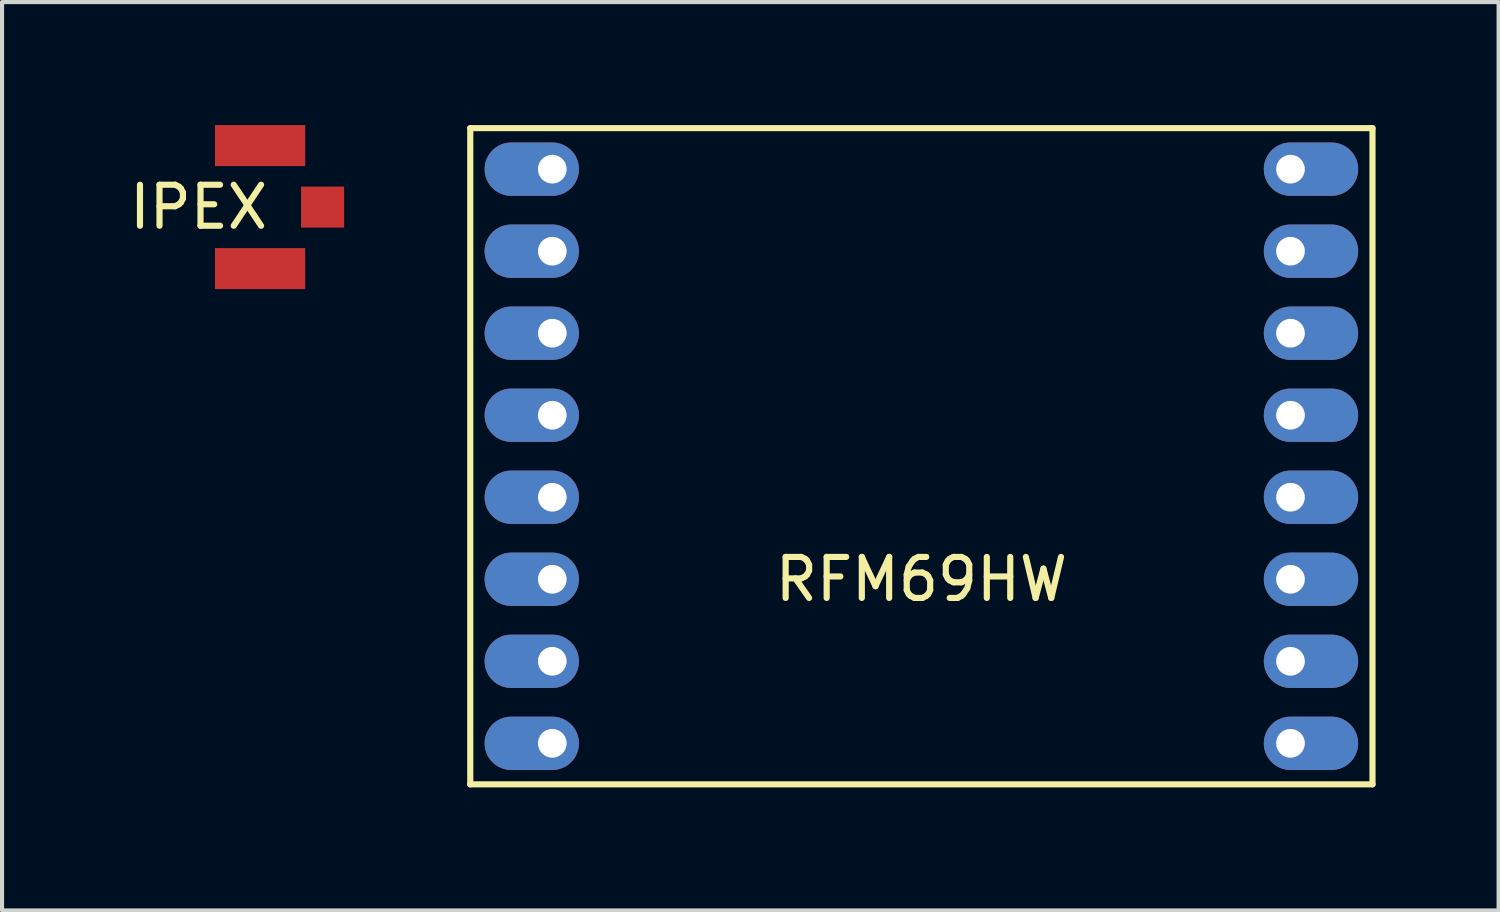
<source format=kicad_pcb>
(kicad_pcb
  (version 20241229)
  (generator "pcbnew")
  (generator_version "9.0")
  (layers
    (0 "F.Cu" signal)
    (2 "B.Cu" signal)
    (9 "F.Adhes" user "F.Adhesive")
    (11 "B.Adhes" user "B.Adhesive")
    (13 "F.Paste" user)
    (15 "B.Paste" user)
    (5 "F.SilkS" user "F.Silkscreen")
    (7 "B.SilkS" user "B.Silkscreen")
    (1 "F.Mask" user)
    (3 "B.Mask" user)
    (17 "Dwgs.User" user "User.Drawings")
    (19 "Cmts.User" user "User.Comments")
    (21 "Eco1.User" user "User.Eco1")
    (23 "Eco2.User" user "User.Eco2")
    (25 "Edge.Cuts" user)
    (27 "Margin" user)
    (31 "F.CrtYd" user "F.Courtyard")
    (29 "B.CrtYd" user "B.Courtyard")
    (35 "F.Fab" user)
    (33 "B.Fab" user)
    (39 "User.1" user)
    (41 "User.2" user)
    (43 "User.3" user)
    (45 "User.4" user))
  (footprint "IPEX"
    (layer "F.Cu")
    (at 3.292 2)
    (property "Reference" "IPEX" (at -1.5 0 0) (layer "F.SilkS") (effects (font (size 1 1) (thickness 0.15))))
    (attr through_hole)
    (pad "1" smd rect (at 1.5 0) (size 1.05 1) (drill (offset 0.025 0)) (layers "F.Cu" "F.Mask" "F.Paste"))
    (pad "2" smd rect (at 0 -1.5) (size 2.2 1) (layers "F.Cu" "F.Mask" "F.Paste"))
    (pad "2" smd rect (at 0 1.5) (size 2.2 1) (layers "F.Cu" "F.Mask" "F.Paste")))
  (footprint "RFM69HW"
    (layer "F.Cu")
    (at 19.417 8.075)
    (property "Reference" "RFM69HW" (at 0 3 0) (layer "F.SilkS") (effects (font (size 1 1) (thickness 0.15))))
    (attr through_hole)
    (fp_line (start -11 -8) (end 11 -8) (stroke (width 0.15) (type solid)) (layer "F.SilkS"))
    (fp_line (start -11 8) (end -11 -8) (stroke (width 0.15) (type solid)) (layer "F.SilkS"))
    (fp_line (start 11 -8) (end 11 8) (stroke (width 0.15) (type solid)) (layer "F.SilkS"))
    (fp_line (start 11 8) (end -11 8) (stroke (width 0.15) (type solid)) (layer "F.SilkS"))
    (pad "1" thru_hole oval (at -9 7 180) (size 2.3 1.3) (drill 0.7 (offset 0.5 0)) (layers "*.Cu" "*.Mask"))
    (pad "2" thru_hole oval (at -9 5 180) (size 2.3 1.3) (drill 0.7 (offset 0.5 0)) (layers "*.Cu" "*.Mask"))
    (pad "3" thru_hole oval (at -9 3 180) (size 2.3 1.3) (drill 0.7 (offset 0.5 0)) (layers "*.Cu" "*.Mask"))
    (pad "4" thru_hole oval (at -9 1 180) (size 2.3 1.3) (drill 0.7 (offset 0.5 0)) (layers "*.Cu" "*.Mask"))
    (pad "5" thru_hole oval (at -9 -1 180) (size 2.3 1.3) (drill 0.7 (offset 0.5 0)) (layers "*.Cu" "*.Mask"))
    (pad "6" thru_hole oval (at -9 -3 180) (size 2.3 1.3) (drill 0.7 (offset 0.5 0)) (layers "*.Cu" "*.Mask"))
    (pad "7" thru_hole oval (at -9 -5 180) (size 2.3 1.3) (drill 0.7 (offset 0.5 0)) (layers "*.Cu" "*.Mask"))
    (pad "8" thru_hole oval (at -9 -7 180) (size 2.3 1.3) (drill 0.7 (offset 0.5 0)) (layers "*.Cu" "*.Mask"))
    (pad "9" thru_hole oval (at 9 7 180) (size 2.3 1.3) (drill 0.7 (offset -0.5 0)) (layers "*.Cu" "*.Mask"))
    (pad "10" thru_hole oval (at 9 5 180) (size 2.3 1.3) (drill 0.7 (offset -0.5 0)) (layers "*.Cu" "*.Mask"))
    (pad "11" thru_hole oval (at 9 3 180) (size 2.3 1.3) (drill 0.7 (offset -0.5 0)) (layers "*.Cu" "*.Mask"))
    (pad "12" thru_hole oval (at 9 1 180) (size 2.3 1.3) (drill 0.7 (offset -0.5 0)) (layers "*.Cu" "*.Mask"))
    (pad "13" thru_hole oval (at 9 -1 180) (size 2.3 1.3) (drill 0.7 (offset -0.5 0)) (layers "*.Cu" "*.Mask"))
    (pad "14" thru_hole oval (at 9 -3 180) (size 2.3 1.3) (drill 0.7 (offset -0.5 0)) (layers "*.Cu" "*.Mask"))
    (pad "15" thru_hole oval (at 9 -5 180) (size 2.3 1.3) (drill 0.7 (offset -0.5 0)) (layers "*.Cu" "*.Mask"))
    (pad "16" thru_hole oval (at 9 -7 180) (size 2.3 1.3) (drill 0.7 (offset -0.5 0)) (layers "*.Cu" "*.Mask")))
  (gr_rect
    (start -3 -3)
    (end 33.492 19.15)
    (stroke (width 0.1) (type default))
    (fill no)
    (layer "Edge.Cuts")))
</source>
